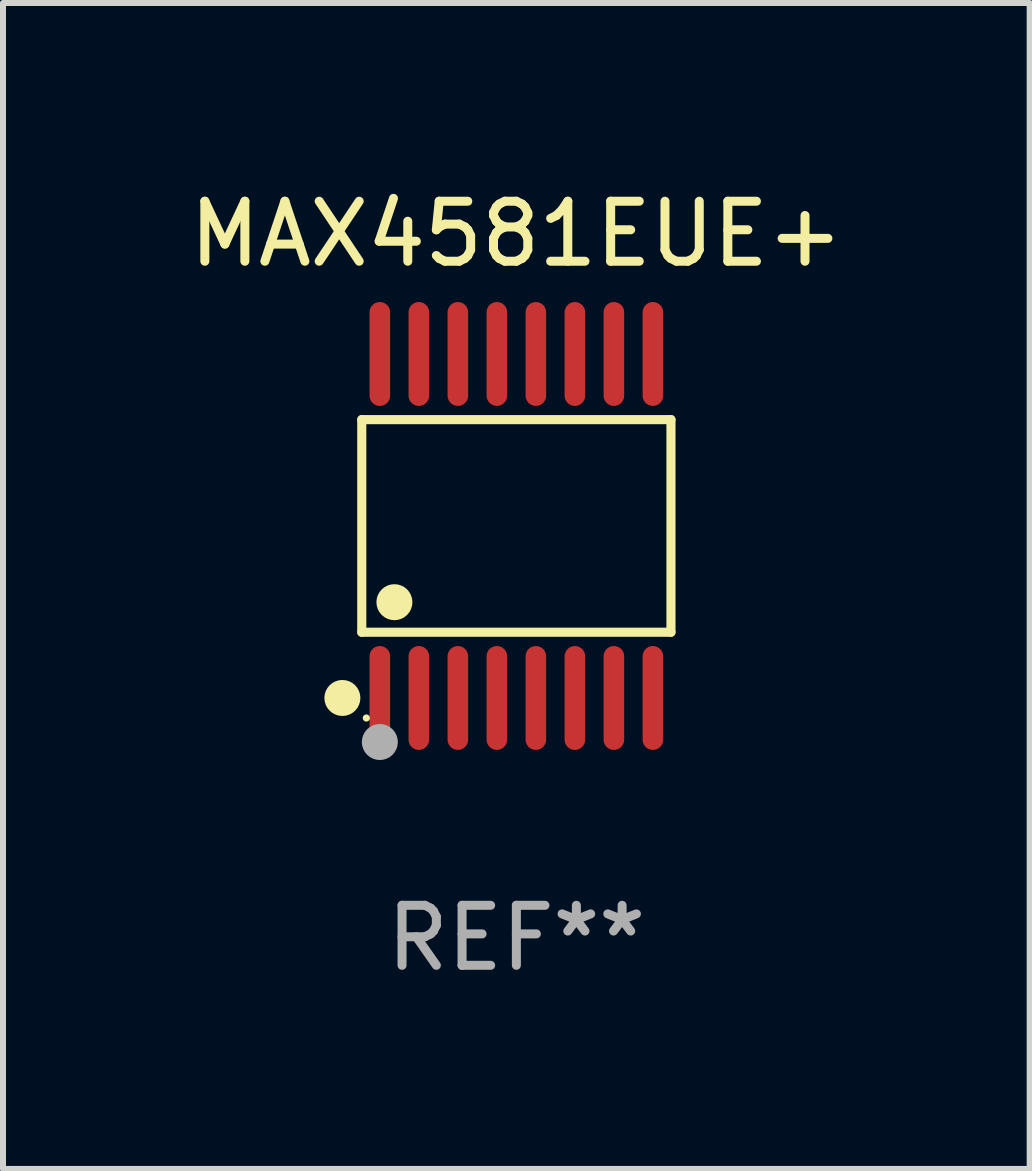
<source format=kicad_pcb>
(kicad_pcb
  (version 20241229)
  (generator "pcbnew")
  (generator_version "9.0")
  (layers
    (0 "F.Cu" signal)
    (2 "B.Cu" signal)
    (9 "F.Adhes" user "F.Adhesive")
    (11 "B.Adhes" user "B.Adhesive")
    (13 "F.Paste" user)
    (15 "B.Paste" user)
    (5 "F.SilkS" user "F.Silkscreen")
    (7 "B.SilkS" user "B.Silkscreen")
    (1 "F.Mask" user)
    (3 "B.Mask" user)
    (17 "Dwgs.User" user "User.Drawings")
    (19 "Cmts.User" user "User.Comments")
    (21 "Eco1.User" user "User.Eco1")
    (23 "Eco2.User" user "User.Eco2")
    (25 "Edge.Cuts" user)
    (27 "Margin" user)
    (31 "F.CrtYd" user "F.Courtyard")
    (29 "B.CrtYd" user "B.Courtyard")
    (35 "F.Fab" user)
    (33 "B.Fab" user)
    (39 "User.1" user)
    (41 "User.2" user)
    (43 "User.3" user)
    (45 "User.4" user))
  (footprint "MAX4581EUE+"
    (layer "F.Cu")
    (at 5.554 5.714)
    (property "Reference" "MAX4581EUE+" (at 0 -4.866 0) (layer "F.SilkS") (effects (font (size 1 1) (thickness 0.15))))
    (attr through_hole)
    (fp_line (start -2.576 -1.772) (end 2.576 -1.772) (stroke (width 0.152) (type solid)) (layer "F.SilkS"))
    (fp_line (start -2.576 1.771) (end -2.576 -1.772) (stroke (width 0.152) (type solid)) (layer "F.SilkS"))
    (fp_line (start 2.576 -1.772) (end 2.576 1.771) (stroke (width 0.152) (type solid)) (layer "F.SilkS"))
    (fp_line (start 2.576 1.771) (end -2.576 1.771) (stroke (width 0.152) (type solid)) (layer "F.SilkS"))
    (fp_circle (center -2.899 2.866) (end -2.749 2.866) (stroke (width 0.3) (type solid)) (fill no) (layer "F.SilkS"))
    (fp_circle (center -2.5 3.2) (end -2.47 3.2) (stroke (width 0.06) (type solid)) (fill no) (layer "F.SilkS"))
    (fp_circle (center -2.032 1.27) (end -1.882 1.27) (stroke (width 0.3) (type solid)) (fill no) (layer "F.SilkS"))
    (fp_circle (center -2.275 3.6) (end -2.125 3.6) (stroke (width 0.3) (type solid)) (fill no) (layer "F.Fab"))
    (fp_text user "REF**" (at 0 6.866 0) (layer "F.Fab") (effects (font (size 1 1) (thickness 0.15))))
    (pad "1" smd oval (at -2.275 2.866) (size 0.343 1.731) (layers "F.Cu" "F.Mask" "F.Paste"))
    (pad "2" smd oval (at -1.625 2.866) (size 0.343 1.731) (layers "F.Cu" "F.Mask" "F.Paste"))
    (pad "3" smd oval (at -0.975 2.866) (size 0.343 1.731) (layers "F.Cu" "F.Mask" "F.Paste"))
    (pad "4" smd oval (at -0.325 2.866) (size 0.343 1.731) (layers "F.Cu" "F.Mask" "F.Paste"))
    (pad "5" smd oval (at 0.325 2.866) (size 0.343 1.731) (layers "F.Cu" "F.Mask" "F.Paste"))
    (pad "6" smd oval (at 0.975 2.866) (size 0.343 1.731) (layers "F.Cu" "F.Mask" "F.Paste"))
    (pad "7" smd oval (at 1.625 2.866) (size 0.343 1.731) (layers "F.Cu" "F.Mask" "F.Paste"))
    (pad "8" smd oval (at 2.275 2.866) (size 0.343 1.731) (layers "F.Cu" "F.Mask" "F.Paste"))
    (pad "9" smd oval (at 2.275 -2.866) (size 0.343 1.731) (layers "F.Cu" "F.Mask" "F.Paste"))
    (pad "10" smd oval (at 1.625 -2.866) (size 0.343 1.731) (layers "F.Cu" "F.Mask" "F.Paste"))
    (pad "11" smd oval (at 0.975 -2.866) (size 0.343 1.731) (layers "F.Cu" "F.Mask" "F.Paste"))
    (pad "12" smd oval (at 0.325 -2.866) (size 0.343 1.731) (layers "F.Cu" "F.Mask" "F.Paste"))
    (pad "13" smd oval (at -0.325 -2.866) (size 0.343 1.731) (layers "F.Cu" "F.Mask" "F.Paste"))
    (pad "14" smd oval (at -0.975 -2.866) (size 0.343 1.731) (layers "F.Cu" "F.Mask" "F.Paste"))
    (pad "15" smd oval (at -1.625 -2.866) (size 0.343 1.731) (layers "F.Cu" "F.Mask" "F.Paste"))
    (pad "16" smd oval (at -2.275 -2.866) (size 0.343 1.731) (layers "F.Cu" "F.Mask" "F.Paste")))
  (gr_rect
    (start -3 -3)
    (end 14.107 16.428)
    (stroke (width 0.1) (type default))
    (fill no)
    (layer "Edge.Cuts")))
</source>
